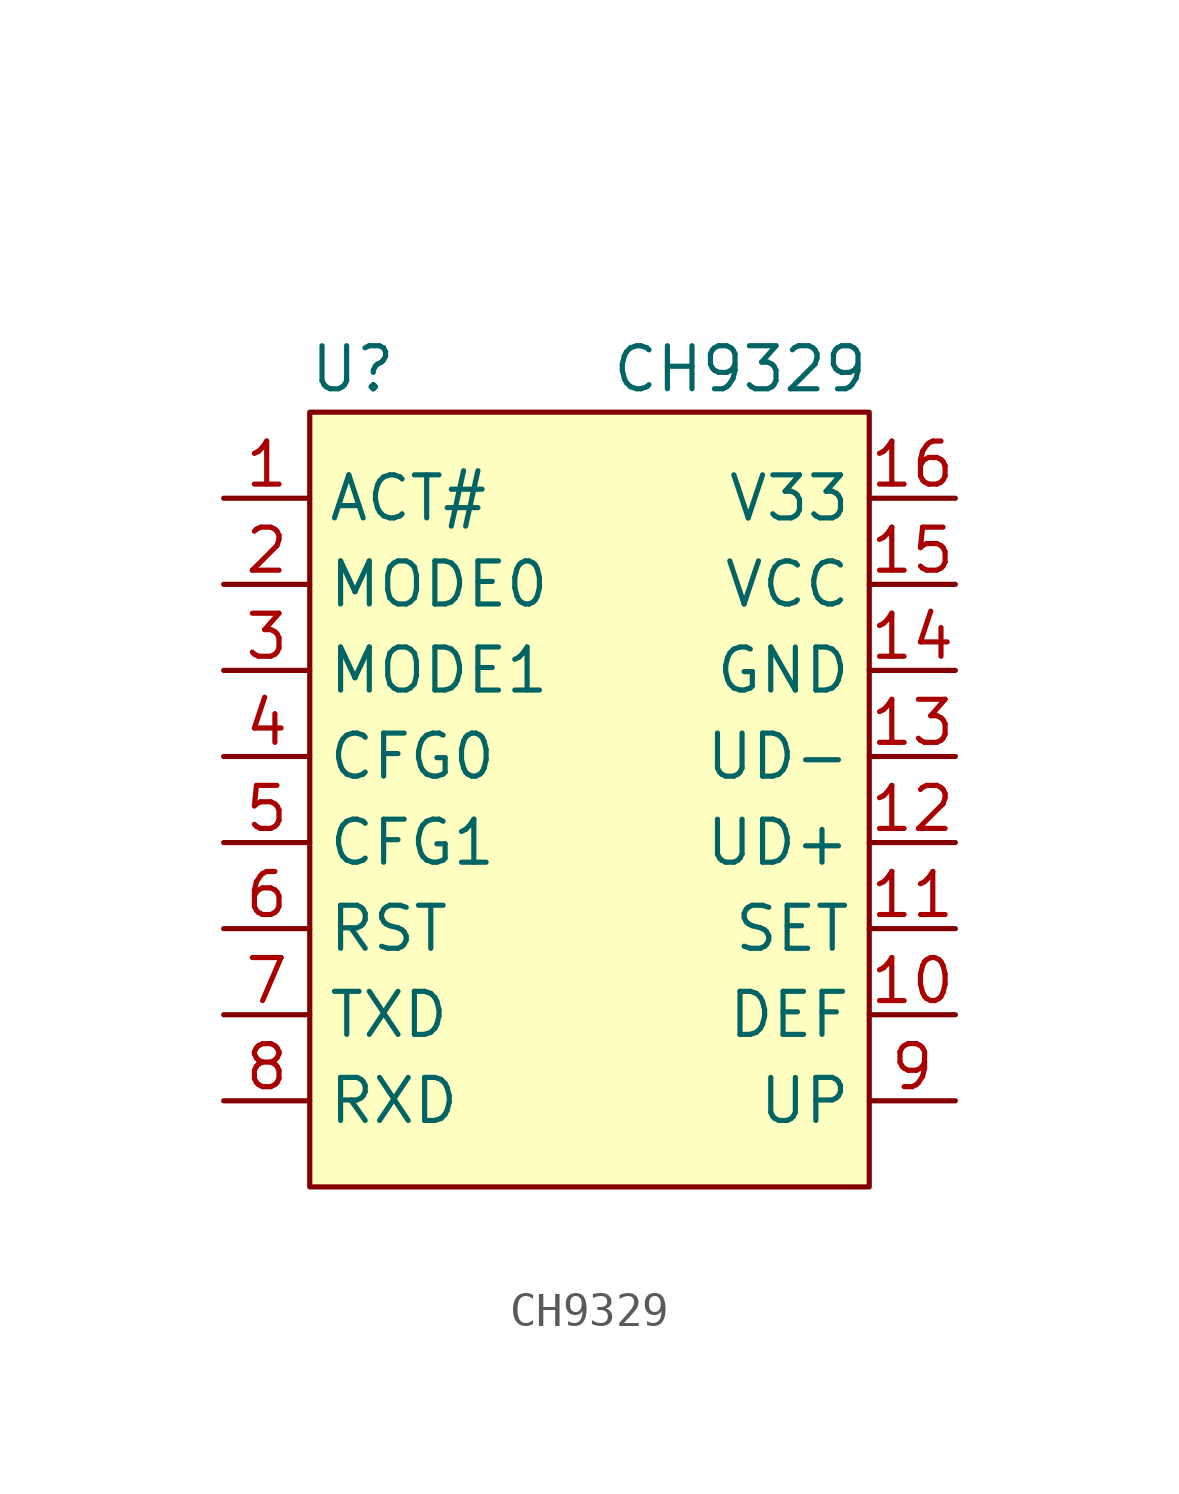
<source format=kicad_sym>
(kicad_symbol_lib
  (version 20220914)
  (generator kicad_symbol_editor)
  (symbol "CH9329"
    (property "Reference" "U"
      (at -6.35 12.7 0)
      (do_not_autoplace)
      (effects (font (size 1.27 1.27))))
    (property "Value" "CH9329"
      (at 5.08 12.7 0)
      (do_not_autoplace)
      (effects (font (size 1.27 1.27))))
    (symbol "CH9329_0_0"
      (text "" (at 3.81 16.51 0) (effects (font (size 1.27 1.27)))))
    (symbol "CH9329_1_1"
      (rectangle (start -7.62 11.43) (end 8.89 -11.43) (stroke (width 0) (type default)) (fill (type background)))
      (pin output line (at -10.16 8.89 0) (length 2.54) (name "ACT#" (effects (font (size 1.27 1.27)))) (number "1" (effects (font (size 1.27 1.27)))))
      (pin input line (at 11.43 -6.35 180) (length 2.54) (name "DEF" (effects (font (size 1.27 1.27)))) (number "10" (effects (font (size 1.27 1.27)))))
      (pin input line (at 11.43 -3.81 180) (length 2.54) (name "SET" (effects (font (size 1.27 1.27)))) (number "11" (effects (font (size 1.27 1.27)))))
      (pin bidirectional line (at 11.43 -1.27 180) (length 2.54) (name "UD+" (effects (font (size 1.27 1.27)))) (number "12" (effects (font (size 1.27 1.27)))))
      (pin bidirectional line (at 11.43 1.27 180) (length 2.54) (name "UD-" (effects (font (size 1.27 1.27)))) (number "13" (effects (font (size 1.27 1.27)))))
      (pin power_in line (at 11.43 3.81 180) (length 2.54) (name "GND" (effects (font (size 1.27 1.27)))) (number "14" (effects (font (size 1.27 1.27)))))
      (pin power_in line (at 11.43 6.35 180) (length 2.54) (name "VCC" (effects (font (size 1.27 1.27)))) (number "15" (effects (font (size 1.27 1.27)))))
      (pin power_in line (at 11.43 8.89 180) (length 2.54) (name "V33" (effects (font (size 1.27 1.27)))) (number "16" (effects (font (size 1.27 1.27)))))
      (pin input line (at -10.16 6.35 0) (length 2.54) (name "MODE0" (effects (font (size 1.27 1.27)))) (number "2" (effects (font (size 1.27 1.27)))))
      (pin input line (at -10.16 3.81 0) (length 2.54) (name "MODE1" (effects (font (size 1.27 1.27)))) (number "3" (effects (font (size 1.27 1.27)))))
      (pin input line (at -10.16 1.27 0) (length 2.54) (name "CFG0" (effects (font (size 1.27 1.27)))) (number "4" (effects (font (size 1.27 1.27)))))
      (pin input line (at -10.16 -1.27 0) (length 2.54) (name "CFG1" (effects (font (size 1.27 1.27)))) (number "5" (effects (font (size 1.27 1.27)))))
      (pin input line (at -10.16 -3.81 0) (length 2.54) (name "RST" (effects (font (size 1.27 1.27)))) (number "6" (effects (font (size 1.27 1.27)))))
      (pin output line (at -10.16 -6.35 0) (length 2.54) (name "TXD" (effects (font (size 1.27 1.27)))) (number "7" (effects (font (size 1.27 1.27)))))
      (pin input line (at -10.16 -8.89 0) (length 2.54) (name "RXD" (effects (font (size 1.27 1.27)))) (number "8" (effects (font (size 1.27 1.27)))))
      (pin output line (at 11.43 -8.89 180) (length 2.54) (name "UP" (effects (font (size 1.27 1.27)))) (number "9" (effects (font (size 1.27 1.27))))))))
</source>
